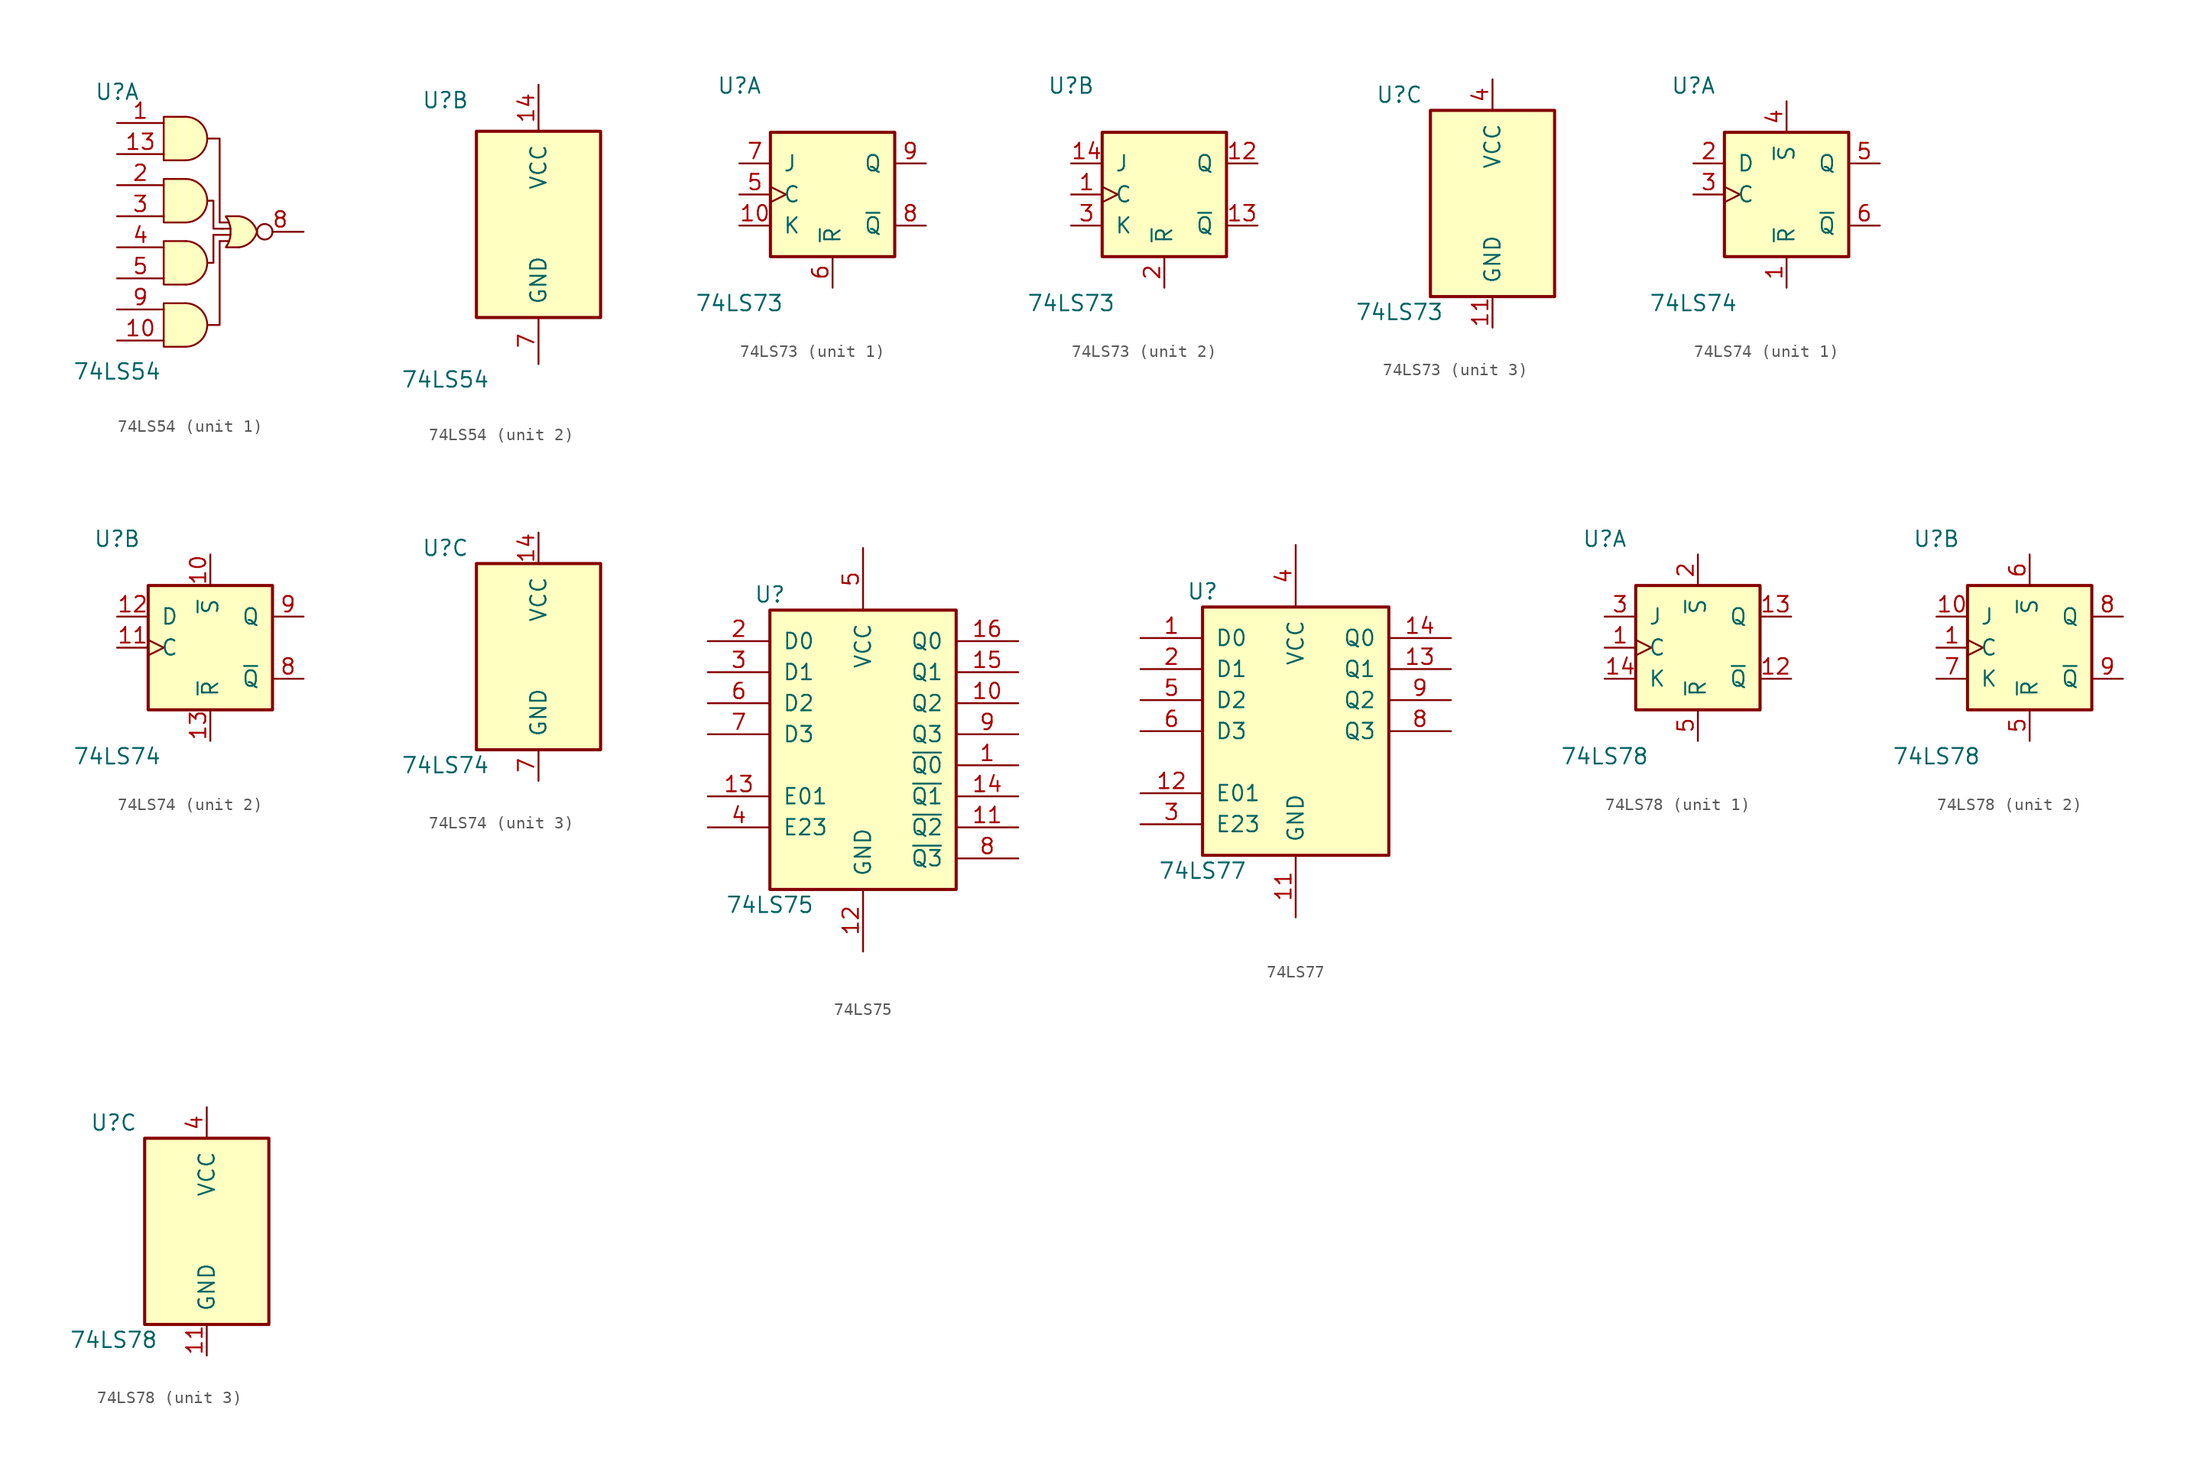
<source format=kicad_sym>
(kicad_symbol_lib
  (version 20201005)
  (generator kicad_symbol_editor)
  (symbol "74LS54"
    (pin_names
      (offset 1.016))
    (property "Reference" "U"
      (at -7.62 10.16 0)
      (effects (font (size 1.27 1.27))))
    (property "Value" "74LS54"
      (at -7.62 -12.7 0)
      (effects (font (size 1.27 1.27))))
    (property "ki_locked" ""
      (at 0 0 0)
      (effects (font (size 1.27 1.27))))
    (symbol "74LS54_1_0"
      (arc (start -2.032 -10.668) (end -2.032 -7.112) (radius (at -2.032 -8.89) (length 1.778) (angles -89.9 89.9)) (stroke (width 0)) (fill (type background)))
      (arc (start -2.032 -5.588) (end -2.032 -2.032) (radius (at -2.032 -3.81) (length 1.778) (angles -89.9 89.9)) (stroke (width 0)) (fill (type background)))
      (arc (start -2.032 -0.508) (end -2.032 3.048) (radius (at -2.032 1.27) (length 1.778) (angles -89.9 89.9)) (stroke (width 0)) (fill (type background)))
      (arc (start -2.032 4.572) (end -2.032 8.128) (radius (at -2.032 6.35) (length 1.778) (angles -89.9 89.9)) (stroke (width 0)) (fill (type background)))
      (arc (start 3.81 -1.27) (end 2.3368 0) (radius (at 2.159 -1.7018) (length 1.7272) (angles 15 83.7)) (stroke (width 0.1524)) (fill (type background)))
      (arc (start 3.81 -1.27) (end 2.3368 -2.54) (radius (at 2.159 -0.8382) (length 1.7272) (angles -15 -83.7)) (stroke (width 0.1524)) (fill (type background)))
      (polyline (pts (xy 0.254 -1.524) (xy 1.651 -1.524)) (stroke (width 0)) (fill (type none)))
      (polyline (pts (xy 0.762 -2.032) (xy 1.524 -2.032)) (stroke (width 0)) (fill (type none)))
      (polyline (pts (xy 0.762 -0.508) (xy 1.524 -0.508)) (stroke (width 0)) (fill (type none)))
      (polyline (pts (xy 1.651 -1.016) (xy 0.889 -1.016)) (stroke (width 0)) (fill (type none)))
      (polyline (pts (xy -0.254 -3.81) (xy 0.254 -3.81) (xy 0.254 -1.524)) (stroke (width 0)) (fill (type none)))
      (polyline (pts (xy 0.762 -2.032) (xy 0.762 -8.89) (xy -0.254 -8.89)) (stroke (width 0)) (fill (type none)))
      (polyline (pts (xy 0.762 -0.508) (xy 0.762 6.35) (xy -0.254 6.35)) (stroke (width 0)) (fill (type none)))
      (polyline (pts (xy -2.032 -7.112) (xy -3.81 -7.112) (xy -3.81 -10.668) (xy -2.032 -10.668)) (stroke (width 0)) (fill (type background)))
      (polyline (pts (xy -2.032 -2.032) (xy -3.81 -2.032) (xy -3.81 -5.588) (xy -2.032 -5.588)) (stroke (width 0)) (fill (type background)))
      (polyline (pts (xy -2.032 3.048) (xy -3.81 3.048) (xy -3.81 -0.508) (xy -2.032 -0.508)) (stroke (width 0)) (fill (type background)))
      (polyline (pts (xy -2.032 8.128) (xy -3.81 8.128) (xy -3.81 4.572) (xy -2.032 4.572)) (stroke (width 0)) (fill (type background)))
      (polyline (pts (xy 1.016 -1.016) (xy 0.254 -1.016) (xy 0.254 1.27) (xy -0.254 1.27)) (stroke (width 0)) (fill (type none)))
      (polyline (pts (xy 2.337 0) (xy 1.27 0) (xy 1.27 0) (xy 1.27 -0.051) (xy 1.346 -0.152) (xy 1.422 -0.254) (xy 1.473 -0.381) (xy 1.524 -0.508) (xy 1.549 -0.61) (xy 1.6 -0.737) (xy 1.626 -0.864) (xy 1.651 -0.991) (xy 1.651 -1.118) (xy 1.651 -1.245) (xy 1.651 -1.372) (xy 1.651 -1.499) (xy 1.626 -1.626) (xy 1.626 -1.753) (xy 1.575 -1.88) (xy 1.549 -1.981) (xy 1.499 -2.108) (xy 1.448 -2.235) (xy 1.397 -2.337) (xy 1.321 -2.438) (xy 1.27 -2.54) (xy 1.27 -2.54) (xy 2.337 -2.54)) (stroke (width 0.152)) (fill (type background)))
      (pin input line (at -7.62 7.62 0) (length 3.81) (name "~" (effects (font (size 1.27 1.27)))) (number "1" (effects (font (size 1.27 1.27)))))
      (pin input line (at -7.62 -10.16 0) (length 3.81) (name "~" (effects (font (size 1.27 1.27)))) (number "10" (effects (font (size 1.27 1.27)))))
      (pin input line (at -7.62 5.08 0) (length 3.81) (name "~" (effects (font (size 1.27 1.27)))) (number "13" (effects (font (size 1.27 1.27)))))
      (pin input line (at -7.62 2.54 0) (length 3.81) (name "~" (effects (font (size 1.27 1.27)))) (number "2" (effects (font (size 1.27 1.27)))))
      (pin input line (at -7.62 0 0) (length 3.81) (name "~" (effects (font (size 1.27 1.27)))) (number "3" (effects (font (size 1.27 1.27)))))
      (pin input line (at -7.62 -2.54 0) (length 3.81) (name "~" (effects (font (size 1.27 1.27)))) (number "4" (effects (font (size 1.27 1.27)))))
      (pin input line (at -7.62 -5.08 0) (length 3.81) (name "~" (effects (font (size 1.27 1.27)))) (number "5" (effects (font (size 1.27 1.27)))))
      (pin output inverted (at 7.62 -1.27 180) (length 3.81) (name "~" (effects (font (size 1.27 1.27)))) (number "8" (effects (font (size 1.27 1.27)))))
      (pin input line (at -7.62 -7.62 0) (length 3.81) (name "~" (effects (font (size 1.27 1.27)))) (number "9" (effects (font (size 1.27 1.27))))))
    (symbol "74LS54_2_0"
      (pin power_in line (at 0 11.43 270) (length 3.81) (name "VCC" (effects (font (size 1.27 1.27)))) (number "14" (effects (font (size 1.27 1.27)))))
      (pin power_in line (at 0 -11.43 90) (length 3.81) (name "GND" (effects (font (size 1.27 1.27)))) (number "7" (effects (font (size 1.27 1.27))))))
    (symbol "74LS54_2_1"
      (rectangle (start -5.08 7.62) (end 5.08 -7.62) (stroke (width 0.254)) (fill (type background)))))
  (symbol "74LS73"
    (pin_names
      (offset 1.016))
    (property "Reference" "U"
      (at -7.62 8.89 0)
      (effects (font (size 1.27 1.27))))
    (property "Value" "74LS73"
      (at -7.62 -8.89 0)
      (effects (font (size 1.27 1.27))))
    (property "ki_locked" ""
      (at 0 0 0)
      (effects (font (size 1.27 1.27))))
    (symbol "74LS73_1_0"
      (pin input line (at -7.62 -2.54 0) (length 2.54) (name "K" (effects (font (size 1.27 1.27)))) (number "10" (effects (font (size 1.27 1.27)))))
      (pin input clock (at -7.62 0 0) (length 2.54) (name "C" (effects (font (size 1.27 1.27)))) (number "5" (effects (font (size 1.27 1.27)))))
      (pin input line (at 0 -7.62 90) (length 2.54) (name "~R" (effects (font (size 1.27 1.27)))) (number "6" (effects (font (size 1.27 1.27)))))
      (pin input line (at -7.62 2.54 0) (length 2.54) (name "J" (effects (font (size 1.27 1.27)))) (number "7" (effects (font (size 1.27 1.27)))))
      (pin output line (at 7.62 -2.54 180) (length 2.54) (name "~Q" (effects (font (size 1.27 1.27)))) (number "8" (effects (font (size 1.27 1.27)))))
      (pin output line (at 7.62 2.54 180) (length 2.54) (name "Q" (effects (font (size 1.27 1.27)))) (number "9" (effects (font (size 1.27 1.27))))))
    (symbol "74LS73_1_1"
      (rectangle (start -5.08 5.08) (end 5.08 -5.08) (stroke (width 0.254)) (fill (type background))))
    (symbol "74LS73_2_0"
      (pin input clock (at -7.62 0 0) (length 2.54) (name "C" (effects (font (size 1.27 1.27)))) (number "1" (effects (font (size 1.27 1.27)))))
      (pin output line (at 7.62 2.54 180) (length 2.54) (name "Q" (effects (font (size 1.27 1.27)))) (number "12" (effects (font (size 1.27 1.27)))))
      (pin output line (at 7.62 -2.54 180) (length 2.54) (name "~Q" (effects (font (size 1.27 1.27)))) (number "13" (effects (font (size 1.27 1.27)))))
      (pin input line (at -7.62 2.54 0) (length 2.54) (name "J" (effects (font (size 1.27 1.27)))) (number "14" (effects (font (size 1.27 1.27)))))
      (pin input line (at 0 -7.62 90) (length 2.54) (name "~R" (effects (font (size 1.27 1.27)))) (number "2" (effects (font (size 1.27 1.27)))))
      (pin input line (at -7.62 -2.54 0) (length 2.54) (name "K" (effects (font (size 1.27 1.27)))) (number "3" (effects (font (size 1.27 1.27))))))
    (symbol "74LS73_2_1"
      (rectangle (start -5.08 5.08) (end 5.08 -5.08) (stroke (width 0.254)) (fill (type background))))
    (symbol "74LS73_3_0"
      (pin power_in line (at 0 -10.16 90) (length 2.54) (name "GND" (effects (font (size 1.27 1.27)))) (number "11" (effects (font (size 1.27 1.27)))))
      (pin power_in line (at 0 10.16 270) (length 2.54) (name "VCC" (effects (font (size 1.27 1.27)))) (number "4" (effects (font (size 1.27 1.27))))))
    (symbol "74LS73_3_1"
      (rectangle (start -5.08 7.62) (end 5.08 -7.62) (stroke (width 0.254)) (fill (type background)))))
  (symbol "74LS74"
    (pin_names
      (offset 1.016))
    (property "Reference" "U"
      (at -7.62 8.89 0)
      (effects (font (size 1.27 1.27))))
    (property "Value" "74LS74"
      (at -7.62 -8.89 0)
      (effects (font (size 1.27 1.27))))
    (property "ki_locked" ""
      (at 0 0 0)
      (effects (font (size 1.27 1.27))))
    (symbol "74LS74_1_0"
      (pin input line (at 0 -7.62 90) (length 2.54) (name "~R" (effects (font (size 1.27 1.27)))) (number "1" (effects (font (size 1.27 1.27)))))
      (pin input line (at -7.62 2.54 0) (length 2.54) (name "D" (effects (font (size 1.27 1.27)))) (number "2" (effects (font (size 1.27 1.27)))))
      (pin input clock (at -7.62 0 0) (length 2.54) (name "C" (effects (font (size 1.27 1.27)))) (number "3" (effects (font (size 1.27 1.27)))))
      (pin input line (at 0 7.62 270) (length 2.54) (name "~S" (effects (font (size 1.27 1.27)))) (number "4" (effects (font (size 1.27 1.27)))))
      (pin output line (at 7.62 2.54 180) (length 2.54) (name "Q" (effects (font (size 1.27 1.27)))) (number "5" (effects (font (size 1.27 1.27)))))
      (pin output line (at 7.62 -2.54 180) (length 2.54) (name "~Q" (effects (font (size 1.27 1.27)))) (number "6" (effects (font (size 1.27 1.27))))))
    (symbol "74LS74_1_1"
      (rectangle (start -5.08 5.08) (end 5.08 -5.08) (stroke (width 0.254)) (fill (type background))))
    (symbol "74LS74_2_0"
      (pin input line (at 0 7.62 270) (length 2.54) (name "~S" (effects (font (size 1.27 1.27)))) (number "10" (effects (font (size 1.27 1.27)))))
      (pin input clock (at -7.62 0 0) (length 2.54) (name "C" (effects (font (size 1.27 1.27)))) (number "11" (effects (font (size 1.27 1.27)))))
      (pin input line (at -7.62 2.54 0) (length 2.54) (name "D" (effects (font (size 1.27 1.27)))) (number "12" (effects (font (size 1.27 1.27)))))
      (pin input line (at 0 -7.62 90) (length 2.54) (name "~R" (effects (font (size 1.27 1.27)))) (number "13" (effects (font (size 1.27 1.27)))))
      (pin output line (at 7.62 -2.54 180) (length 2.54) (name "~Q" (effects (font (size 1.27 1.27)))) (number "8" (effects (font (size 1.27 1.27)))))
      (pin output line (at 7.62 2.54 180) (length 2.54) (name "Q" (effects (font (size 1.27 1.27)))) (number "9" (effects (font (size 1.27 1.27))))))
    (symbol "74LS74_2_1"
      (rectangle (start -5.08 5.08) (end 5.08 -5.08) (stroke (width 0.254)) (fill (type background))))
    (symbol "74LS74_3_0"
      (pin power_in line (at 0 10.16 270) (length 2.54) (name "VCC" (effects (font (size 1.27 1.27)))) (number "14" (effects (font (size 1.27 1.27)))))
      (pin power_in line (at 0 -10.16 90) (length 2.54) (name "GND" (effects (font (size 1.27 1.27)))) (number "7" (effects (font (size 1.27 1.27))))))
    (symbol "74LS74_3_1"
      (rectangle (start -5.08 7.62) (end 5.08 -7.62) (stroke (width 0.254)) (fill (type background)))))
  (symbol "74LS75"
    (pin_names
      (offset 1.016))
    (property "Reference" "U"
      (at -7.62 11.43 0)
      (effects (font (size 1.27 1.27))))
    (property "Value" "74LS75"
      (at -7.62 -13.97 0)
      (effects (font (size 1.27 1.27))))
    (property "ki_locked" ""
      (at 0 0 0)
      (effects (font (size 1.27 1.27))))
    (symbol "74LS75_1_0"
      (pin output line (at 12.7 -2.54 180) (length 5.08) (name "~Q0" (effects (font (size 1.27 1.27)))) (number "1" (effects (font (size 1.27 1.27)))))
      (pin output line (at 12.7 2.54 180) (length 5.08) (name "Q2" (effects (font (size 1.27 1.27)))) (number "10" (effects (font (size 1.27 1.27)))))
      (pin output line (at 12.7 -7.62 180) (length 5.08) (name "~Q2" (effects (font (size 1.27 1.27)))) (number "11" (effects (font (size 1.27 1.27)))))
      (pin power_in line (at 0 -17.78 90) (length 5.08) (name "GND" (effects (font (size 1.27 1.27)))) (number "12" (effects (font (size 1.27 1.27)))))
      (pin input line (at -12.7 -5.08 0) (length 5.08) (name "E01" (effects (font (size 1.27 1.27)))) (number "13" (effects (font (size 1.27 1.27)))))
      (pin output line (at 12.7 -5.08 180) (length 5.08) (name "~Q1" (effects (font (size 1.27 1.27)))) (number "14" (effects (font (size 1.27 1.27)))))
      (pin output line (at 12.7 5.08 180) (length 5.08) (name "Q1" (effects (font (size 1.27 1.27)))) (number "15" (effects (font (size 1.27 1.27)))))
      (pin output line (at 12.7 7.62 180) (length 5.08) (name "Q0" (effects (font (size 1.27 1.27)))) (number "16" (effects (font (size 1.27 1.27)))))
      (pin input line (at -12.7 7.62 0) (length 5.08) (name "D0" (effects (font (size 1.27 1.27)))) (number "2" (effects (font (size 1.27 1.27)))))
      (pin input line (at -12.7 5.08 0) (length 5.08) (name "D1" (effects (font (size 1.27 1.27)))) (number "3" (effects (font (size 1.27 1.27)))))
      (pin input line (at -12.7 -7.62 0) (length 5.08) (name "E23" (effects (font (size 1.27 1.27)))) (number "4" (effects (font (size 1.27 1.27)))))
      (pin power_in line (at 0 15.24 270) (length 5.08) (name "VCC" (effects (font (size 1.27 1.27)))) (number "5" (effects (font (size 1.27 1.27)))))
      (pin input line (at -12.7 2.54 0) (length 5.08) (name "D2" (effects (font (size 1.27 1.27)))) (number "6" (effects (font (size 1.27 1.27)))))
      (pin input line (at -12.7 0 0) (length 5.08) (name "D3" (effects (font (size 1.27 1.27)))) (number "7" (effects (font (size 1.27 1.27)))))
      (pin output line (at 12.7 -10.16 180) (length 5.08) (name "~Q3" (effects (font (size 1.27 1.27)))) (number "8" (effects (font (size 1.27 1.27)))))
      (pin output line (at 12.7 0 180) (length 5.08) (name "Q3" (effects (font (size 1.27 1.27)))) (number "9" (effects (font (size 1.27 1.27))))))
    (symbol "74LS75_1_1"
      (rectangle (start -7.62 10.16) (end 7.62 -12.7) (stroke (width 0.254)) (fill (type background)))))
  (symbol "74LS77"
    (pin_names
      (offset 1.016))
    (property "Reference" "U"
      (at -7.62 11.43 0)
      (effects (font (size 1.27 1.27))))
    (property "Value" "74LS77"
      (at -7.62 -11.43 0)
      (effects (font (size 1.27 1.27))))
    (property "ki_locked" ""
      (at 0 0 0)
      (effects (font (size 1.27 1.27))))
    (symbol "74LS77_1_0"
      (pin input line (at -12.7 7.62 0) (length 5.08) (name "D0" (effects (font (size 1.27 1.27)))) (number "1" (effects (font (size 1.27 1.27)))))
      (pin power_in line (at 0 -15.24 90) (length 5.08) (name "GND" (effects (font (size 1.27 1.27)))) (number "11" (effects (font (size 1.27 1.27)))))
      (pin input line (at -12.7 -5.08 0) (length 5.08) (name "E01" (effects (font (size 1.27 1.27)))) (number "12" (effects (font (size 1.27 1.27)))))
      (pin output line (at 12.7 5.08 180) (length 5.08) (name "Q1" (effects (font (size 1.27 1.27)))) (number "13" (effects (font (size 1.27 1.27)))))
      (pin output line (at 12.7 7.62 180) (length 5.08) (name "Q0" (effects (font (size 1.27 1.27)))) (number "14" (effects (font (size 1.27 1.27)))))
      (pin input line (at -12.7 5.08 0) (length 5.08) (name "D1" (effects (font (size 1.27 1.27)))) (number "2" (effects (font (size 1.27 1.27)))))
      (pin input line (at -12.7 -7.62 0) (length 5.08) (name "E23" (effects (font (size 1.27 1.27)))) (number "3" (effects (font (size 1.27 1.27)))))
      (pin power_in line (at 0 15.24 270) (length 5.08) (name "VCC" (effects (font (size 1.27 1.27)))) (number "4" (effects (font (size 1.27 1.27)))))
      (pin input line (at -12.7 2.54 0) (length 5.08) (name "D2" (effects (font (size 1.27 1.27)))) (number "5" (effects (font (size 1.27 1.27)))))
      (pin input line (at -12.7 0 0) (length 5.08) (name "D3" (effects (font (size 1.27 1.27)))) (number "6" (effects (font (size 1.27 1.27)))))
      (pin output line (at 12.7 0 180) (length 5.08) (name "Q3" (effects (font (size 1.27 1.27)))) (number "8" (effects (font (size 1.27 1.27)))))
      (pin output line (at 12.7 2.54 180) (length 5.08) (name "Q2" (effects (font (size 1.27 1.27)))) (number "9" (effects (font (size 1.27 1.27))))))
    (symbol "74LS77_1_1"
      (rectangle (start -7.62 10.16) (end 7.62 -10.16) (stroke (width 0.254)) (fill (type background)))))
  (symbol "74LS78"
    (pin_names
      (offset 1.016))
    (property "Reference" "U"
      (at -7.62 8.89 0)
      (effects (font (size 1.27 1.27))))
    (property "Value" "74LS78"
      (at -7.62 -8.89 0)
      (effects (font (size 1.27 1.27))))
    (property "ki_locked" ""
      (at 0 0 0)
      (effects (font (size 1.27 1.27))))
    (symbol "74LS78_1_0"
      (pin input clock (at -7.62 0 0) (length 2.54) (name "C" (effects (font (size 1.27 1.27)))) (number "1" (effects (font (size 1.27 1.27)))))
      (pin output line (at 7.62 -2.54 180) (length 2.54) (name "~Q" (effects (font (size 1.27 1.27)))) (number "12" (effects (font (size 1.27 1.27)))))
      (pin output line (at 7.62 2.54 180) (length 2.54) (name "Q" (effects (font (size 1.27 1.27)))) (number "13" (effects (font (size 1.27 1.27)))))
      (pin input line (at -7.62 -2.54 0) (length 2.54) (name "K" (effects (font (size 1.27 1.27)))) (number "14" (effects (font (size 1.27 1.27)))))
      (pin input line (at 0 7.62 270) (length 2.54) (name "~S" (effects (font (size 1.27 1.27)))) (number "2" (effects (font (size 1.27 1.27)))))
      (pin input line (at -7.62 2.54 0) (length 2.54) (name "J" (effects (font (size 1.27 1.27)))) (number "3" (effects (font (size 1.27 1.27)))))
      (pin input line (at 0 -7.62 90) (length 2.54) (name "~R" (effects (font (size 1.27 1.27)))) (number "5" (effects (font (size 1.27 1.27))))))
    (symbol "74LS78_1_1"
      (rectangle (start -5.08 5.08) (end 5.08 -5.08) (stroke (width 0.254)) (fill (type background))))
    (symbol "74LS78_2_0"
      (pin input clock (at -7.62 0 0) (length 2.54) (name "C" (effects (font (size 1.27 1.27)))) (number "1" (effects (font (size 1.27 1.27)))))
      (pin input line (at -7.62 2.54 0) (length 2.54) (name "J" (effects (font (size 1.27 1.27)))) (number "10" (effects (font (size 1.27 1.27)))))
      (pin input line (at 0 -7.62 90) (length 2.54) (name "~R" (effects (font (size 1.27 1.27)))) (number "5" (effects (font (size 1.27 1.27)))))
      (pin input line (at 0 7.62 270) (length 2.54) (name "~S" (effects (font (size 1.27 1.27)))) (number "6" (effects (font (size 1.27 1.27)))))
      (pin input line (at -7.62 -2.54 0) (length 2.54) (name "K" (effects (font (size 1.27 1.27)))) (number "7" (effects (font (size 1.27 1.27)))))
      (pin output line (at 7.62 2.54 180) (length 2.54) (name "Q" (effects (font (size 1.27 1.27)))) (number "8" (effects (font (size 1.27 1.27)))))
      (pin output line (at 7.62 -2.54 180) (length 2.54) (name "~Q" (effects (font (size 1.27 1.27)))) (number "9" (effects (font (size 1.27 1.27))))))
    (symbol "74LS78_2_1"
      (rectangle (start -5.08 5.08) (end 5.08 -5.08) (stroke (width 0.254)) (fill (type background))))
    (symbol "74LS78_3_0"
      (pin power_in line (at 0 -10.16 90) (length 2.54) (name "GND" (effects (font (size 1.27 1.27)))) (number "11" (effects (font (size 1.27 1.27)))))
      (pin power_in line (at 0 10.16 270) (length 2.54) (name "VCC" (effects (font (size 1.27 1.27)))) (number "4" (effects (font (size 1.27 1.27))))))
    (symbol "74LS78_3_1"
      (rectangle (start -5.08 7.62) (end 5.08 -7.62) (stroke (width 0.254)) (fill (type background))))))
</source>
